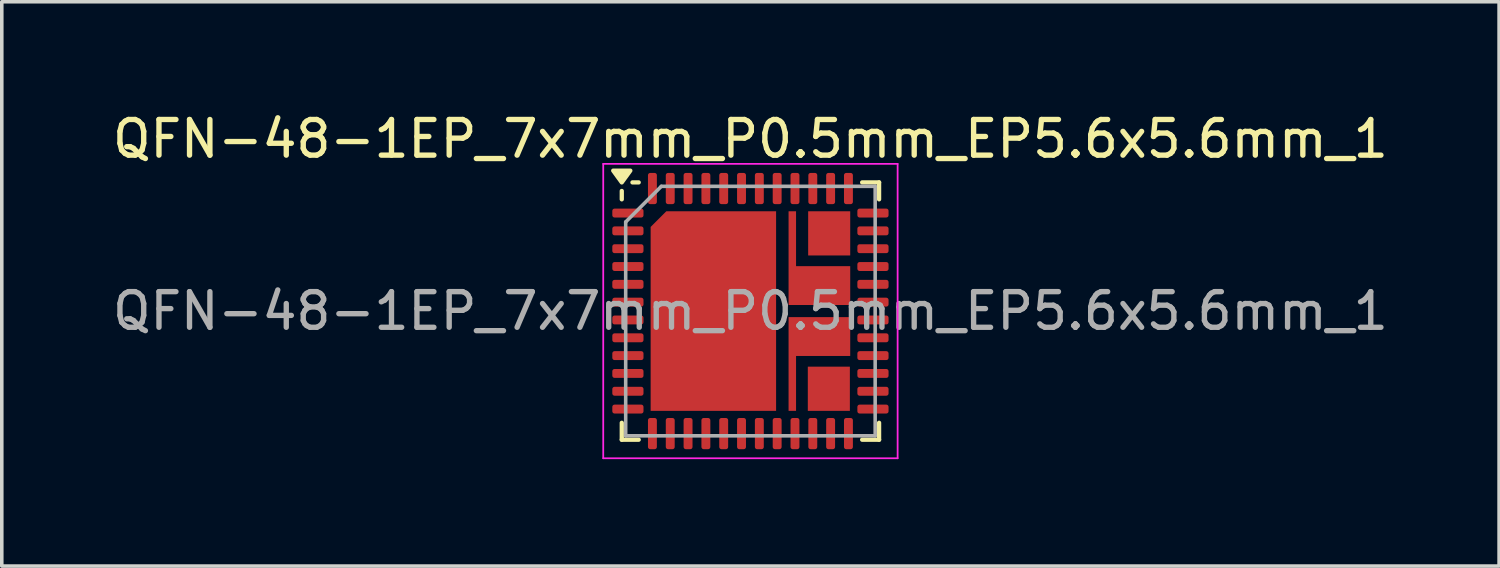
<source format=kicad_pcb>
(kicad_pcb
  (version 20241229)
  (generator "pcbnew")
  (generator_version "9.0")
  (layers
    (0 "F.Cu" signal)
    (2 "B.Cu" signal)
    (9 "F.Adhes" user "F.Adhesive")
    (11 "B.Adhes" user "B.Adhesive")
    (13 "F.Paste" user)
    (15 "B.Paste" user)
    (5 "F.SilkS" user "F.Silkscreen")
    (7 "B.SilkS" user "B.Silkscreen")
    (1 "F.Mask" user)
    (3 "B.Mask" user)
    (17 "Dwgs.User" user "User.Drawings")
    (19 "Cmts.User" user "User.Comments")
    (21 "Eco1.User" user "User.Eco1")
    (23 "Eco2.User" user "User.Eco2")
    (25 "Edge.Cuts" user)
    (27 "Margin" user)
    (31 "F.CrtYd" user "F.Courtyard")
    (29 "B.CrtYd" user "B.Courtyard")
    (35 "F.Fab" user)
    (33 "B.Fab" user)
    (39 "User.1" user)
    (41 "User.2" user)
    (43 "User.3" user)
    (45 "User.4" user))
  (footprint "QFN-48-1EP_7x7mm_P0.5mm_EP5.6x5.6mm_1"
    (layer "F.Cu")
    (at 18.006 5.678)
    (property "Reference" "QFN-48-1EP_7x7mm_P0.5mm_EP5.6x5.6mm_1" (at 0 -4.83 0) (layer "F.SilkS") (effects (font (size 1 1) (thickness 0.15))))
    (attr smd)
    (fp_line (start -3.61 -3.135) (end -3.61 -3.37) (stroke (width 0.12) (type solid)) (layer "F.SilkS"))
    (fp_line (start -3.61 3.61) (end -3.61 3.135) (stroke (width 0.12) (type solid)) (layer "F.SilkS"))
    (fp_line (start -3.135 -3.61) (end -3.31 -3.61) (stroke (width 0.12) (type solid)) (layer "F.SilkS"))
    (fp_line (start -3.135 3.61) (end -3.61 3.61) (stroke (width 0.12) (type solid)) (layer "F.SilkS"))
    (fp_line (start 3.135 -3.61) (end 3.61 -3.61) (stroke (width 0.12) (type solid)) (layer "F.SilkS"))
    (fp_line (start 3.135 3.61) (end 3.61 3.61) (stroke (width 0.12) (type solid)) (layer "F.SilkS"))
    (fp_line (start 3.61 -3.61) (end 3.61 -3.135) (stroke (width 0.12) (type solid)) (layer "F.SilkS"))
    (fp_line (start 3.61 3.61) (end 3.61 3.135) (stroke (width 0.12) (type solid)) (layer "F.SilkS"))
    (fp_poly (pts (xy -3.61 -3.61) (xy -3.85 -3.94) (xy -3.37 -3.94) (xy -3.61 -3.61)) (stroke (width 0.12) (type solid)) (fill yes) (layer "F.SilkS"))
    (fp_line (start -4.13 -4.13) (end -4.13 4.13) (stroke (width 0.05) (type solid)) (layer "F.CrtYd"))
    (fp_line (start -4.13 4.13) (end 4.13 4.13) (stroke (width 0.05) (type solid)) (layer "F.CrtYd"))
    (fp_line (start 4.13 -4.13) (end -4.13 -4.13) (stroke (width 0.05) (type solid)) (layer "F.CrtYd"))
    (fp_line (start 4.13 4.13) (end 4.13 -4.13) (stroke (width 0.05) (type solid)) (layer "F.CrtYd"))
    (fp_line (start -3.5 -2.5) (end -2.5 -3.5) (stroke (width 0.1) (type solid)) (layer "F.Fab"))
    (fp_line (start -3.5 3.5) (end -3.5 -2.5) (stroke (width 0.1) (type solid)) (layer "F.Fab"))
    (fp_line (start -2.5 -3.5) (end 3.5 -3.5) (stroke (width 0.1) (type solid)) (layer "F.Fab"))
    (fp_line (start 3.5 -3.5) (end 3.5 3.5) (stroke (width 0.1) (type solid)) (layer "F.Fab"))
    (fp_line (start 3.5 3.5) (end -3.5 3.5) (stroke (width 0.1) (type solid)) (layer "F.Fab"))
    (fp_text user "${REFERENCE}" (at 0 0 0) (layer "F.Fab") (effects (font (size 1 1) (thickness 0.15))))
    (pad "1" smd roundrect (at -3.438 -2.75) (size 0.875 0.25) (layers "F.Cu" "F.Mask" "F.Paste") (roundrect_rratio 0.25))
    (pad "2" smd roundrect (at -3.438 -2.25) (size 0.875 0.25) (layers "F.Cu" "F.Mask" "F.Paste") (roundrect_rratio 0.25))
    (pad "3" smd roundrect (at -3.438 -1.75) (size 0.875 0.25) (layers "F.Cu" "F.Mask" "F.Paste") (roundrect_rratio 0.25))
    (pad "4" smd roundrect (at -3.438 -1.25) (size 0.875 0.25) (layers "F.Cu" "F.Mask" "F.Paste") (roundrect_rratio 0.25))
    (pad "5" smd roundrect (at -3.438 -0.75) (size 0.875 0.25) (layers "F.Cu" "F.Mask" "F.Paste") (roundrect_rratio 0.25))
    (pad "6" smd roundrect (at -3.438 -0.25) (size 0.875 0.25) (layers "F.Cu" "F.Mask" "F.Paste") (roundrect_rratio 0.25))
    (pad "7" smd roundrect (at -3.438 0.25) (size 0.875 0.25) (layers "F.Cu" "F.Mask" "F.Paste") (roundrect_rratio 0.25))
    (pad "8" smd roundrect (at -3.438 0.75) (size 0.875 0.25) (layers "F.Cu" "F.Mask" "F.Paste") (roundrect_rratio 0.25))
    (pad "9" smd roundrect (at -3.438 1.25) (size 0.875 0.25) (layers "F.Cu" "F.Mask" "F.Paste") (roundrect_rratio 0.25))
    (pad "10" smd roundrect (at -3.438 1.75) (size 0.875 0.25) (layers "F.Cu" "F.Mask" "F.Paste") (roundrect_rratio 0.25))
    (pad "11" smd roundrect (at -3.438 2.25) (size 0.875 0.25) (layers "F.Cu" "F.Mask" "F.Paste") (roundrect_rratio 0.25))
    (pad "12" smd roundrect (at -3.438 2.75) (size 0.875 0.25) (layers "F.Cu" "F.Mask" "F.Paste") (roundrect_rratio 0.25))
    (pad "13" smd roundrect (at -2.75 3.438) (size 0.25 0.875) (layers "F.Cu" "F.Mask" "F.Paste") (roundrect_rratio 0.25))
    (pad "14" smd roundrect (at -2.25 3.438) (size 0.25 0.875) (layers "F.Cu" "F.Mask" "F.Paste") (roundrect_rratio 0.25))
    (pad "15" smd roundrect (at -1.75 3.438) (size 0.25 0.875) (layers "F.Cu" "F.Mask" "F.Paste") (roundrect_rratio 0.25))
    (pad "16" smd roundrect (at -1.25 3.438) (size 0.25 0.875) (layers "F.Cu" "F.Mask" "F.Paste") (roundrect_rratio 0.25))
    (pad "17" smd roundrect (at -0.75 3.438) (size 0.25 0.875) (layers "F.Cu" "F.Mask" "F.Paste") (roundrect_rratio 0.25))
    (pad "18" smd roundrect (at -0.25 3.438) (size 0.25 0.875) (layers "F.Cu" "F.Mask" "F.Paste") (roundrect_rratio 0.25))
    (pad "19" smd roundrect (at 0.25 3.438) (size 0.25 0.875) (layers "F.Cu" "F.Mask" "F.Paste") (roundrect_rratio 0.25))
    (pad "20" smd roundrect (at 0.75 3.438) (size 0.25 0.875) (layers "F.Cu" "F.Mask" "F.Paste") (roundrect_rratio 0.25))
    (pad "21" smd roundrect (at 1.25 3.438) (size 0.25 0.875) (layers "F.Cu" "F.Mask" "F.Paste") (roundrect_rratio 0.25))
    (pad "22" smd roundrect (at 1.75 3.438) (size 0.25 0.875) (layers "F.Cu" "F.Mask" "F.Paste") (roundrect_rratio 0.25))
    (pad "23" smd roundrect (at 2.25 3.438) (size 0.25 0.875) (layers "F.Cu" "F.Mask" "F.Paste") (roundrect_rratio 0.25))
    (pad "24" smd roundrect (at 2.75 3.438) (size 0.25 0.875) (layers "F.Cu" "F.Mask" "F.Paste") (roundrect_rratio 0.25))
    (pad "25" smd roundrect (at 3.438 2.75) (size 0.875 0.25) (layers "F.Cu" "F.Mask" "F.Paste") (roundrect_rratio 0.25))
    (pad "26" smd roundrect (at 3.438 2.25) (size 0.875 0.25) (layers "F.Cu" "F.Mask" "F.Paste") (roundrect_rratio 0.25))
    (pad "27" smd roundrect (at 3.438 1.75) (size 0.875 0.25) (layers "F.Cu" "F.Mask" "F.Paste") (roundrect_rratio 0.25))
    (pad "28" smd roundrect (at 3.438 1.25) (size 0.875 0.25) (layers "F.Cu" "F.Mask" "F.Paste") (roundrect_rratio 0.25))
    (pad "29" smd roundrect (at 3.438 0.75) (size 0.875 0.25) (layers "F.Cu" "F.Mask" "F.Paste") (roundrect_rratio 0.25))
    (pad "30" smd roundrect (at 3.438 0.25) (size 0.875 0.25) (layers "F.Cu" "F.Mask" "F.Paste") (roundrect_rratio 0.25))
    (pad "31" smd roundrect (at 3.438 -0.25) (size 0.875 0.25) (layers "F.Cu" "F.Mask" "F.Paste") (roundrect_rratio 0.25))
    (pad "32" smd roundrect (at 3.438 -0.75) (size 0.875 0.25) (layers "F.Cu" "F.Mask" "F.Paste") (roundrect_rratio 0.25))
    (pad "33" smd roundrect (at 3.438 -1.25) (size 0.875 0.25) (layers "F.Cu" "F.Mask" "F.Paste") (roundrect_rratio 0.25))
    (pad "34" smd roundrect (at 3.438 -1.75) (size 0.875 0.25) (layers "F.Cu" "F.Mask" "F.Paste") (roundrect_rratio 0.25))
    (pad "35" smd roundrect (at 3.438 -2.25) (size 0.875 0.25) (layers "F.Cu" "F.Mask" "F.Paste") (roundrect_rratio 0.25))
    (pad "36" smd roundrect (at 3.438 -2.75) (size 0.875 0.25) (layers "F.Cu" "F.Mask" "F.Paste") (roundrect_rratio 0.25))
    (pad "37" smd roundrect (at 2.75 -3.438) (size 0.25 0.875) (layers "F.Cu" "F.Mask" "F.Paste") (roundrect_rratio 0.25))
    (pad "38" smd roundrect (at 2.25 -3.438) (size 0.25 0.875) (layers "F.Cu" "F.Mask" "F.Paste") (roundrect_rratio 0.25))
    (pad "39" smd roundrect (at 1.75 -3.438) (size 0.25 0.875) (layers "F.Cu" "F.Mask" "F.Paste") (roundrect_rratio 0.25))
    (pad "40" smd roundrect (at 1.25 -3.438) (size 0.25 0.875) (layers "F.Cu" "F.Mask" "F.Paste") (roundrect_rratio 0.25))
    (pad "41" smd roundrect (at 0.75 -3.438) (size 0.25 0.875) (layers "F.Cu" "F.Mask" "F.Paste") (roundrect_rratio 0.25))
    (pad "42" smd roundrect (at 0.25 -3.438) (size 0.25 0.875) (layers "F.Cu" "F.Mask" "F.Paste") (roundrect_rratio 0.25))
    (pad "43" smd roundrect (at -0.25 -3.438) (size 0.25 0.875) (layers "F.Cu" "F.Mask" "F.Paste") (roundrect_rratio 0.25))
    (pad "44" smd roundrect (at -0.75 -3.438) (size 0.25 0.875) (layers "F.Cu" "F.Mask" "F.Paste") (roundrect_rratio 0.25))
    (pad "45" smd roundrect (at -1.25 -3.438) (size 0.25 0.875) (layers "F.Cu" "F.Mask" "F.Paste") (roundrect_rratio 0.25))
    (pad "46" smd roundrect (at -1.75 -3.438) (size 0.25 0.875) (layers "F.Cu" "F.Mask" "F.Paste") (roundrect_rratio 0.25))
    (pad "47" smd roundrect (at -2.25 -3.438) (size 0.25 0.875) (layers "F.Cu" "F.Mask" "F.Paste") (roundrect_rratio 0.25))
    (pad "48" smd roundrect (at -2.75 -3.438) (size 0.25 0.875) (layers "F.Cu" "F.Mask" "F.Paste") (roundrect_rratio 0.25))
    (pad "49" smd roundrect (at -1.04 0) (size 3.52 5.6) (property pad_prop_heatsink) (layers "F.Cu" "F.Mask" "F.Paste") (roundrect_rratio 0) (chamfer_ratio 0.125) (chamfer top_left))
    (pad "50" smd rect (at 2.21 -2.18) (size 1.18 1.24) (property pad_prop_heatsink) (layers "F.Cu" "F.Mask" "F.Paste"))
    (pad "51" smd custom (at 1.75 -0.5) (size 0.84 0.5) (property pad_prop_heatsink) (layers "F.Cu" "F.Mask" "F.Paste") (options (anchor rect)) (primitives (gr_poly (pts (xy -0.68 -2.3) (xy -0.47 -2.3) (xy -0.47 -0.76) (xy 1.05 -0.76) (xy 1.05 0.33) (xy -0.68 0.33)) (width 0) (fill yes))))
    (pad "52" smd custom (at 1.75 0.5) (size 0.84 0.5) (property pad_prop_heatsink) (layers "F.Cu" "F.Mask" "F.Paste") (options (anchor rect)) (primitives (gr_poly (pts (xy -0.68 2.3) (xy -0.47 2.3) (xy -0.47 0.76) (xy 1.05 0.76) (xy 1.05 -0.33) (xy -0.68 -0.33)) (width 0) (fill yes))))
    (pad "53" smd rect (at 2.2 2.18) (size 1.18 1.24) (property pad_prop_heatsink) (layers "F.Cu" "F.Mask" "F.Paste")))
  (gr_rect
    (start -3 -3)
    (end 39.012 12.833)
    (stroke (width 0.1) (type default))
    (fill no)
    (layer "Edge.Cuts")))
</source>
